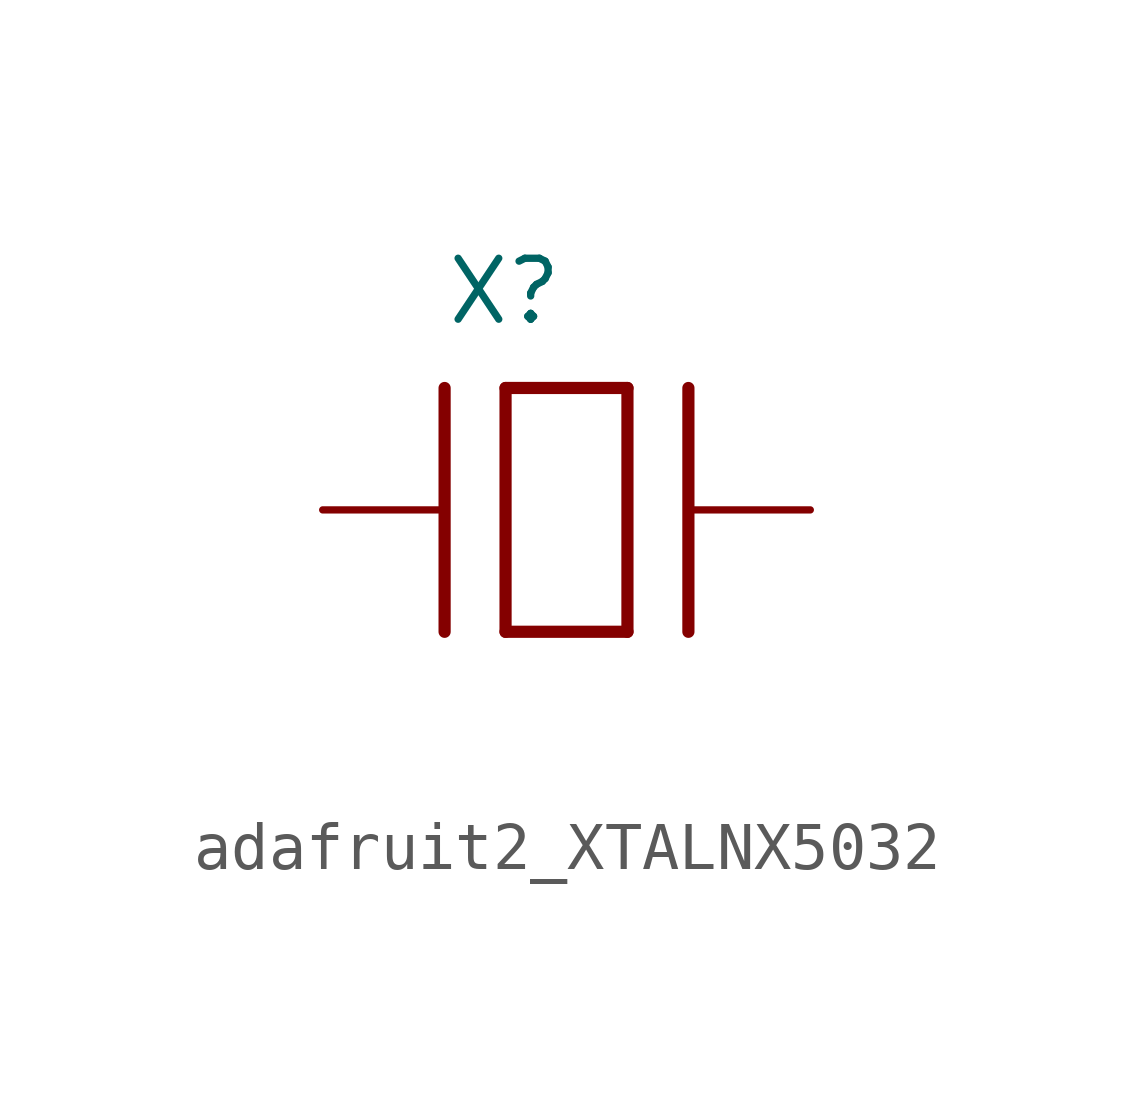
<source format=kicad_sym>
(kicad_symbol_lib
  (version 20241209)
  (generator "kicad_symbol_editor")
  (generator_version "9.0")
  (symbol "adafruit2_XTALNX5032"
    (property "Reference" "X"
      (at -2.54 3.81 0)
      (effects (font (size 1.27 1.27)) (justify left bottom)))
    (property "Value" ""
      (at -3.81 -5.08 0)
      (effects (font (size 1.27 1.27)) (justify left bottom)))
    (property "ki_locked" ""
      (at 0 0 0)
      (effects (font (size 1.27 1.27))))
    (symbol "adafruit2_XTALNX5032_1_0"
      (polyline (pts (xy -2.54 2.54) (xy -2.54 -2.54)) (stroke (width 0.254) (type solid)) (fill (type none)))
      (polyline (pts (xy -1.27 2.54) (xy -1.27 -2.54)) (stroke (width 0.254) (type solid)) (fill (type none)))
      (polyline (pts (xy -1.27 -2.54) (xy 1.27 -2.54)) (stroke (width 0.254) (type solid)) (fill (type none)))
      (polyline (pts (xy 1.27 2.54) (xy -1.27 2.54)) (stroke (width 0.254) (type solid)) (fill (type none)))
      (polyline (pts (xy 1.27 -2.54) (xy 1.27 2.54)) (stroke (width 0.254) (type solid)) (fill (type none)))
      (polyline (pts (xy 2.54 2.54) (xy 2.54 -2.54)) (stroke (width 0.254) (type solid)) (fill (type none)))
      (pin bidirectional line (at -5.08 0 0) (length 2.54) (name "P$1" (effects (font (size 0 0)))) (number "P$1" (effects (font (size 0 0)))))
      (pin bidirectional line (at 5.08 0 180) (length 2.54) (name "P$2" (effects (font (size 0 0)))) (number "P$2" (effects (font (size 0 0))))))))
</source>
